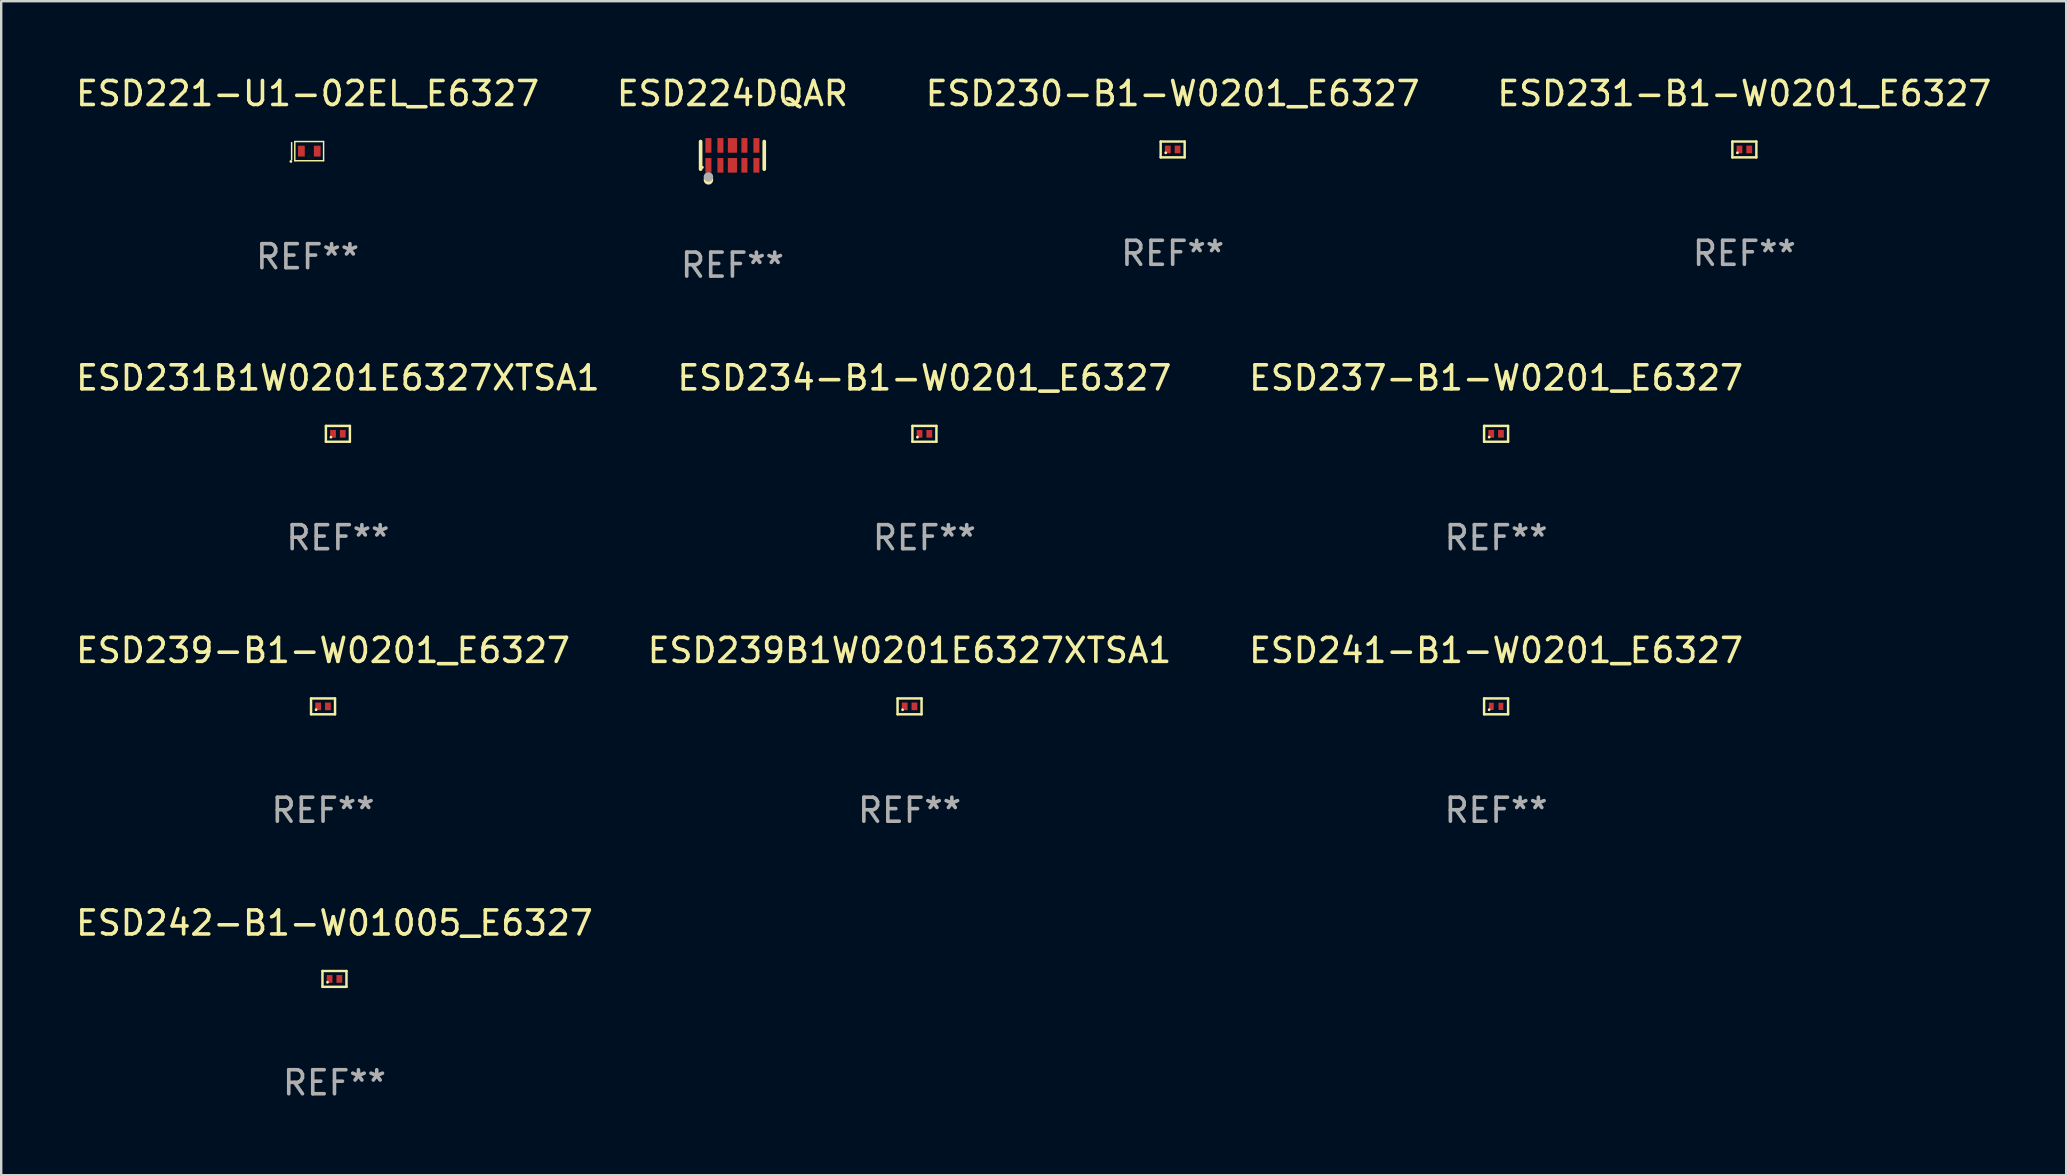
<source format=kicad_pcb>
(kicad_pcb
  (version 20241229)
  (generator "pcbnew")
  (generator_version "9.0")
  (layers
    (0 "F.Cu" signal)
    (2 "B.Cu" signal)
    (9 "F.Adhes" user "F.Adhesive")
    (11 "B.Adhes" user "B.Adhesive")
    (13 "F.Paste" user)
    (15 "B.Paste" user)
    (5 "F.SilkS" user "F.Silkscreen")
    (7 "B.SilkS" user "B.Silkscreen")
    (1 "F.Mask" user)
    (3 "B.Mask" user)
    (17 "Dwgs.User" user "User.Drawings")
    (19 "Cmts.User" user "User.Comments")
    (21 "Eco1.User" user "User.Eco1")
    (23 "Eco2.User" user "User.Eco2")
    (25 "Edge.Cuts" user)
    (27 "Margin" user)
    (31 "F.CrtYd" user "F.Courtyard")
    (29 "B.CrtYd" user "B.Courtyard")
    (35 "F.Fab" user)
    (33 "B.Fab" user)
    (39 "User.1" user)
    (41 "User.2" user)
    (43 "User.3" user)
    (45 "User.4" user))
  (footprint "ESD230-B1-W0201_E6327"
    (layer "F.Cu")
    (at 45.815 3.178)
    (property "Reference" "ESD230-B1-W0201_E6327" (at 0 -2.33 0) (layer "F.SilkS") (effects (font (size 1 1) (thickness 0.15))))
    (attr through_hole)
    (fp_line (start -0.5 -0.33) (end -0.5 0.33) (stroke (width 0.102) (type solid)) (layer "F.SilkS"))
    (fp_line (start -0.5 -0.33) (end 0.5 -0.33) (stroke (width 0.102) (type solid)) (layer "F.SilkS"))
    (fp_line (start -0.5 0.33) (end 0.5 0.33) (stroke (width 0.102) (type solid)) (layer "F.SilkS"))
    (fp_line (start 0.5 -0.33) (end 0.5 0.33) (stroke (width 0.102) (type solid)) (layer "F.SilkS"))
    (fp_circle (center -0.29 0.14) (end -0.26 0.14) (stroke (width 0.06) (type solid)) (fill no) (layer "F.SilkS"))
    (fp_text user "REF**" (at 0 4.33 0) (layer "F.Fab") (effects (font (size 1 1) (thickness 0.15))))
    (pad "1" smd rect (at -0.203 -0.000089) (size 0.24 0.32) (layers "F.Cu" "F.Mask" "F.Paste"))
    (pad "2" smd rect (at 0.203 -0.000089) (size 0.24 0.32) (layers "F.Cu" "F.Mask" "F.Paste")))
  (footprint "ESD242-B1-W01005_E6327"
    (layer "F.Cu")
    (at 10.887 37.741)
    (property "Reference" "ESD242-B1-W01005_E6327" (at 0 -2.33 0) (layer "F.SilkS") (effects (font (size 1 1) (thickness 0.15))))
    (attr through_hole)
    (fp_line (start -0.5 -0.33) (end -0.5 0.33) (stroke (width 0.102) (type solid)) (layer "F.SilkS"))
    (fp_line (start -0.5 -0.33) (end 0.5 -0.33) (stroke (width 0.102) (type solid)) (layer "F.SilkS"))
    (fp_line (start -0.5 0.33) (end 0.5 0.33) (stroke (width 0.102) (type solid)) (layer "F.SilkS"))
    (fp_line (start 0.5 -0.33) (end 0.5 0.33) (stroke (width 0.102) (type solid)) (layer "F.SilkS"))
    (fp_circle (center -0.29 0.14) (end -0.26 0.14) (stroke (width 0.06) (type solid)) (fill no) (layer "F.SilkS"))
    (fp_text user "REF**" (at 0 4.33 0) (layer "F.Fab") (effects (font (size 1 1) (thickness 0.15))))
    (pad "1" smd rect (at -0.203 -0.000089) (size 0.24 0.32) (layers "F.Cu" "F.Mask" "F.Paste"))
    (pad "2" smd rect (at 0.203 -0.000089) (size 0.24 0.32) (layers "F.Cu" "F.Mask" "F.Paste")))
  (footprint "ESD234-B1-W0201_E6327"
    (layer "F.Cu")
    (at 35.47 15.027)
    (property "Reference" "ESD234-B1-W0201_E6327" (at 0 -2.33 0) (layer "F.SilkS") (effects (font (size 1 1) (thickness 0.15))))
    (attr through_hole)
    (fp_line (start -0.5 -0.33) (end -0.5 0.33) (stroke (width 0.102) (type solid)) (layer "F.SilkS"))
    (fp_line (start -0.5 -0.33) (end 0.5 -0.33) (stroke (width 0.102) (type solid)) (layer "F.SilkS"))
    (fp_line (start -0.5 0.33) (end 0.5 0.33) (stroke (width 0.102) (type solid)) (layer "F.SilkS"))
    (fp_line (start 0.5 -0.33) (end 0.5 0.33) (stroke (width 0.102) (type solid)) (layer "F.SilkS"))
    (fp_circle (center -0.29 0.14) (end -0.26 0.14) (stroke (width 0.06) (type solid)) (fill no) (layer "F.SilkS"))
    (fp_text user "REF**" (at 0 4.33 0) (layer "F.Fab") (effects (font (size 1 1) (thickness 0.15))))
    (pad "1" smd rect (at -0.203 -0.000089) (size 0.24 0.32) (layers "F.Cu" "F.Mask" "F.Paste"))
    (pad "2" smd rect (at 0.203 -0.000089) (size 0.24 0.32) (layers "F.Cu" "F.Mask" "F.Paste")))
  (footprint "ESD241-B1-W0201_E6327"
    (layer "F.Cu")
    (at 59.292 26.384)
    (property "Reference" "ESD241-B1-W0201_E6327" (at 0 -2.33 0) (layer "F.SilkS") (effects (font (size 1 1) (thickness 0.15))))
    (attr through_hole)
    (fp_line (start -0.5 -0.33) (end -0.5 0.33) (stroke (width 0.102) (type solid)) (layer "F.SilkS"))
    (fp_line (start -0.5 -0.33) (end 0.5 -0.33) (stroke (width 0.102) (type solid)) (layer "F.SilkS"))
    (fp_line (start -0.5 0.33) (end 0.5 0.33) (stroke (width 0.102) (type solid)) (layer "F.SilkS"))
    (fp_line (start 0.5 -0.33) (end 0.5 0.33) (stroke (width 0.102) (type solid)) (layer "F.SilkS"))
    (fp_circle (center -0.29 0.14) (end -0.26 0.14) (stroke (width 0.06) (type solid)) (fill no) (layer "F.SilkS"))
    (fp_text user "REF**" (at 0 4.33 0) (layer "F.Fab") (effects (font (size 1 1) (thickness 0.15))))
    (pad "1" smd rect (at -0.2 -0.000089 270) (size 0.3 0.2) (layers "F.Cu" "F.Mask" "F.Paste"))
    (pad "2" smd rect (at 0.2 -0.000089 270) (size 0.3 0.2) (layers "F.Cu" "F.Mask" "F.Paste")))
  (footprint "ESD231-B1-W0201_E6327"
    (layer "F.Cu")
    (at 69.637 3.178)
    (property "Reference" "ESD231-B1-W0201_E6327" (at 0 -2.33 0) (layer "F.SilkS") (effects (font (size 1 1) (thickness 0.15))))
    (attr through_hole)
    (fp_line (start -0.5 -0.33) (end -0.5 0.33) (stroke (width 0.102) (type solid)) (layer "F.SilkS"))
    (fp_line (start -0.5 -0.33) (end 0.5 -0.33) (stroke (width 0.102) (type solid)) (layer "F.SilkS"))
    (fp_line (start -0.5 0.33) (end 0.5 0.33) (stroke (width 0.102) (type solid)) (layer "F.SilkS"))
    (fp_line (start 0.5 -0.33) (end 0.5 0.33) (stroke (width 0.102) (type solid)) (layer "F.SilkS"))
    (fp_circle (center -0.29 0.14) (end -0.26 0.14) (stroke (width 0.06) (type solid)) (fill no) (layer "F.SilkS"))
    (fp_text user "REF**" (at 0 4.33 0) (layer "F.Fab") (effects (font (size 1 1) (thickness 0.15))))
    (pad "1" smd rect (at -0.203 -0.000089) (size 0.24 0.32) (layers "F.Cu" "F.Mask" "F.Paste"))
    (pad "2" smd rect (at 0.203 -0.000089) (size 0.24 0.32) (layers "F.Cu" "F.Mask" "F.Paste")))
  (footprint "ESD239B1W0201E6327XTSA1"
    (layer "F.Cu")
    (at 34.851 26.384)
    (property "Reference" "ESD239B1W0201E6327XTSA1" (at 0 -2.33 0) (layer "F.SilkS") (effects (font (size 1 1) (thickness 0.15))))
    (attr through_hole)
    (fp_line (start -0.5 -0.33) (end -0.5 0.33) (stroke (width 0.102) (type solid)) (layer "F.SilkS"))
    (fp_line (start -0.5 -0.33) (end 0.5 -0.33) (stroke (width 0.102) (type solid)) (layer "F.SilkS"))
    (fp_line (start -0.5 0.33) (end 0.5 0.33) (stroke (width 0.102) (type solid)) (layer "F.SilkS"))
    (fp_line (start 0.5 -0.33) (end 0.5 0.33) (stroke (width 0.102) (type solid)) (layer "F.SilkS"))
    (fp_circle (center -0.29 0.14) (end -0.26 0.14) (stroke (width 0.06) (type solid)) (fill no) (layer "F.SilkS"))
    (fp_text user "REF**" (at 0 4.33 0) (layer "F.Fab") (effects (font (size 1 1) (thickness 0.15))))
    (pad "1" smd rect (at -0.203 -0.000089) (size 0.24 0.32) (layers "F.Cu" "F.Mask" "F.Paste"))
    (pad "2" smd rect (at 0.203 -0.000089) (size 0.24 0.32) (layers "F.Cu" "F.Mask" "F.Paste")))
  (footprint "ESD221-U1-02EL_E6327"
    (layer "F.Cu")
    (at 9.768 3.248)
    (property "Reference" "ESD221-U1-02EL_E6327" (at 0 -2.4 0) (layer "F.SilkS") (effects (font (size 1 1) (thickness 0.15))))
    (attr through_hole)
    (fp_line (start -0.666 -0.356) (end -0.666 0.356) (stroke (width 0.06) (type solid)) (layer "F.SilkS"))
    (fp_line (start -0.534 -0.4) (end 0.666 -0.4) (stroke (width 0.06) (type solid)) (layer "F.SilkS"))
    (fp_line (start -0.534 0.4) (end -0.534 -0.4) (stroke (width 0.06) (type solid)) (layer "F.SilkS"))
    (fp_line (start 0.666 -0.4) (end 0.666 0.4) (stroke (width 0.06) (type solid)) (layer "F.SilkS"))
    (fp_line (start 0.666 0.4) (end -0.534 0.4) (stroke (width 0.06) (type solid)) (layer "F.SilkS"))
    (fp_circle (center -0.696 0.43) (end -0.666 0.43) (stroke (width 0.06) (type solid)) (fill no) (layer "F.SilkS"))
    (fp_text user "REF**" (at 0 4.4 0) (layer "F.Fab") (effects (font (size 1 1) (thickness 0.15))))
    (pad "1" smd rect (at -0.259 0) (size 0.28 0.45) (layers "F.Cu" "F.Mask" "F.Paste"))
    (pad "2" smd rect (at 0.401 0) (size 0.28 0.45) (layers "F.Cu" "F.Mask" "F.Paste")))
  (footprint "ESD231B1W0201E6327XTSA1"
    (layer "F.Cu")
    (at 11.03 15.027)
    (property "Reference" "ESD231B1W0201E6327XTSA1" (at 0 -2.33 0) (layer "F.SilkS") (effects (font (size 1 1) (thickness 0.15))))
    (attr through_hole)
    (fp_line (start -0.5 -0.33) (end -0.5 0.33) (stroke (width 0.102) (type solid)) (layer "F.SilkS"))
    (fp_line (start -0.5 -0.33) (end 0.5 -0.33) (stroke (width 0.102) (type solid)) (layer "F.SilkS"))
    (fp_line (start -0.5 0.33) (end 0.5 0.33) (stroke (width 0.102) (type solid)) (layer "F.SilkS"))
    (fp_line (start 0.5 -0.33) (end 0.5 0.33) (stroke (width 0.102) (type solid)) (layer "F.SilkS"))
    (fp_circle (center -0.29 0.14) (end -0.26 0.14) (stroke (width 0.06) (type solid)) (fill no) (layer "F.SilkS"))
    (fp_text user "REF**" (at 0 4.33 0) (layer "F.Fab") (effects (font (size 1 1) (thickness 0.15))))
    (pad "1" smd rect (at -0.203 -0.000089) (size 0.24 0.32) (layers "F.Cu" "F.Mask" "F.Paste"))
    (pad "2" smd rect (at 0.203 -0.000089) (size 0.24 0.32) (layers "F.Cu" "F.Mask" "F.Paste")))
  (footprint "ESD239-B1-W0201_E6327"
    (layer "F.Cu")
    (at 10.411 26.384)
    (property "Reference" "ESD239-B1-W0201_E6327" (at 0 -2.33 0) (layer "F.SilkS") (effects (font (size 1 1) (thickness 0.15))))
    (attr through_hole)
    (fp_line (start -0.5 -0.33) (end -0.5 0.33) (stroke (width 0.102) (type solid)) (layer "F.SilkS"))
    (fp_line (start -0.5 -0.33) (end 0.5 -0.33) (stroke (width 0.102) (type solid)) (layer "F.SilkS"))
    (fp_line (start -0.5 0.33) (end 0.5 0.33) (stroke (width 0.102) (type solid)) (layer "F.SilkS"))
    (fp_line (start 0.5 -0.33) (end 0.5 0.33) (stroke (width 0.102) (type solid)) (layer "F.SilkS"))
    (fp_circle (center -0.29 0.14) (end -0.26 0.14) (stroke (width 0.06) (type solid)) (fill no) (layer "F.SilkS"))
    (fp_text user "REF**" (at 0 4.33 0) (layer "F.Fab") (effects (font (size 1 1) (thickness 0.15))))
    (pad "1" smd rect (at -0.203 -0.000089) (size 0.24 0.32) (layers "F.Cu" "F.Mask" "F.Paste"))
    (pad "2" smd rect (at 0.203 -0.000089) (size 0.24 0.32) (layers "F.Cu" "F.Mask" "F.Paste")))
  (footprint "ESD224DQAR"
    (layer "F.Cu")
    (at 27.47 3.424)
    (property "Reference" "ESD224DQAR" (at 0 -2.576 0) (layer "F.SilkS") (effects (font (size 1 1) (thickness 0.15))))
    (attr through_hole)
    (fp_line (start -1.326 0.576) (end -1.326 -0.576) (stroke (width 0.152) (type solid)) (layer "F.SilkS"))
    (fp_line (start 1.326 -0.576) (end 1.326 0.576) (stroke (width 0.152) (type solid)) (layer "F.SilkS"))
    (fp_circle (center -1.25 0.5) (end -1.22 0.5) (stroke (width 0.06) (type solid)) (fill no) (layer "F.SilkS"))
    (fp_circle (center -1 1.019) (end -0.9 1.019) (stroke (width 0.2) (type solid)) (fill no) (layer "F.SilkS"))
    (fp_circle (center -1 0.9) (end -0.9 0.9) (stroke (width 0.2) (type solid)) (fill no) (layer "F.Fab"))
    (fp_text user "REF**" (at 0 4.576 0) (layer "F.Fab") (effects (font (size 1 1) (thickness 0.15))))
    (pad "1" smd rect (at -1 0.415) (size 0.25 0.609) (layers "F.Cu" "F.Mask" "F.Paste"))
    (pad "2" smd rect (at -0.5 0.415) (size 0.25 0.609) (layers "F.Cu" "F.Mask" "F.Paste"))
    (pad "3" smd rect (at 0 0.415) (size 0.38 0.609) (layers "F.Cu" "F.Mask" "F.Paste"))
    (pad "4" smd rect (at 0.5 0.415) (size 0.25 0.609) (layers "F.Cu" "F.Mask" "F.Paste"))
    (pad "5" smd rect (at 1 0.415) (size 0.25 0.609) (layers "F.Cu" "F.Mask" "F.Paste"))
    (pad "6" smd rect (at 1 -0.415) (size 0.25 0.609) (layers "F.Cu" "F.Mask" "F.Paste"))
    (pad "7" smd rect (at 0.5 -0.415) (size 0.25 0.609) (layers "F.Cu" "F.Mask" "F.Paste"))
    (pad "8" smd rect (at 0 -0.415) (size 0.38 0.609) (layers "F.Cu" "F.Mask" "F.Paste"))
    (pad "9" smd rect (at -0.5 -0.415) (size 0.25 0.609) (layers "F.Cu" "F.Mask" "F.Paste"))
    (pad "10" smd rect (at -1 -0.415) (size 0.25 0.609) (layers "F.Cu" "F.Mask" "F.Paste")))
  (footprint "ESD237-B1-W0201_E6327"
    (layer "F.Cu")
    (at 59.292 15.027)
    (property "Reference" "ESD237-B1-W0201_E6327" (at 0 -2.33 0) (layer "F.SilkS") (effects (font (size 1 1) (thickness 0.15))))
    (attr through_hole)
    (fp_line (start -0.5 -0.33) (end -0.5 0.33) (stroke (width 0.102) (type solid)) (layer "F.SilkS"))
    (fp_line (start -0.5 -0.33) (end 0.5 -0.33) (stroke (width 0.102) (type solid)) (layer "F.SilkS"))
    (fp_line (start -0.5 0.33) (end 0.5 0.33) (stroke (width 0.102) (type solid)) (layer "F.SilkS"))
    (fp_line (start 0.5 -0.33) (end 0.5 0.33) (stroke (width 0.102) (type solid)) (layer "F.SilkS"))
    (fp_circle (center -0.29 0.14) (end -0.26 0.14) (stroke (width 0.06) (type solid)) (fill no) (layer "F.SilkS"))
    (fp_text user "REF**" (at 0 4.33 0) (layer "F.Fab") (effects (font (size 1 1) (thickness 0.15))))
    (pad "1" smd rect (at -0.203 -0.000089) (size 0.24 0.32) (layers "F.Cu" "F.Mask" "F.Paste"))
    (pad "2" smd rect (at 0.203 -0.000089) (size 0.24 0.32) (layers "F.Cu" "F.Mask" "F.Paste")))
  (gr_rect
    (start -3 -3)
    (end 83.048 45.919)
    (stroke (width 0.1) (type default))
    (fill no)
    (layer "Edge.Cuts")))
</source>
